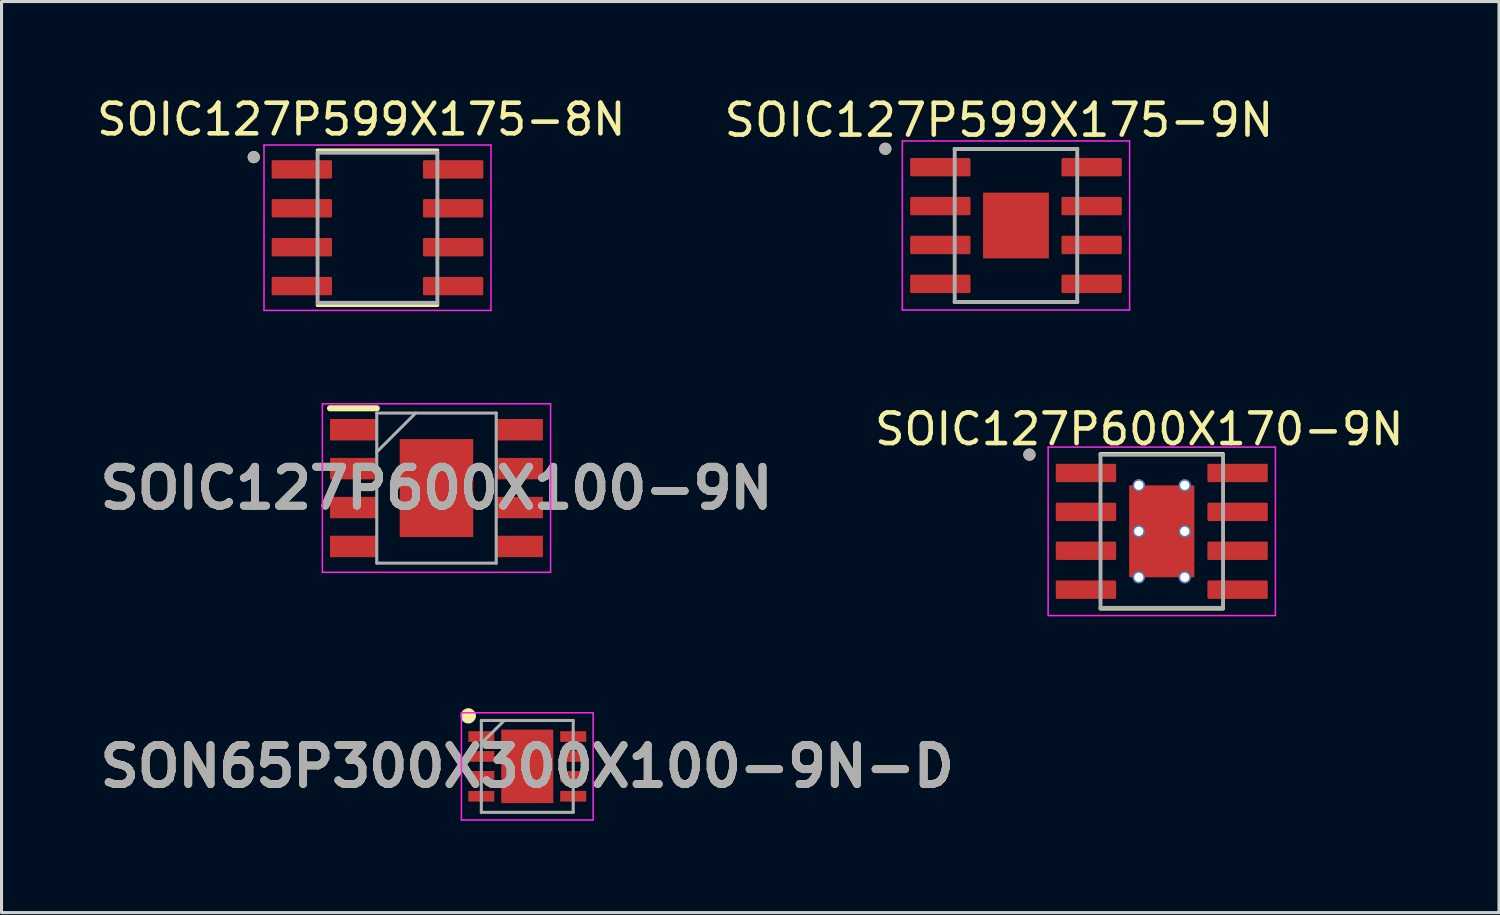
<source format=kicad_pcb>
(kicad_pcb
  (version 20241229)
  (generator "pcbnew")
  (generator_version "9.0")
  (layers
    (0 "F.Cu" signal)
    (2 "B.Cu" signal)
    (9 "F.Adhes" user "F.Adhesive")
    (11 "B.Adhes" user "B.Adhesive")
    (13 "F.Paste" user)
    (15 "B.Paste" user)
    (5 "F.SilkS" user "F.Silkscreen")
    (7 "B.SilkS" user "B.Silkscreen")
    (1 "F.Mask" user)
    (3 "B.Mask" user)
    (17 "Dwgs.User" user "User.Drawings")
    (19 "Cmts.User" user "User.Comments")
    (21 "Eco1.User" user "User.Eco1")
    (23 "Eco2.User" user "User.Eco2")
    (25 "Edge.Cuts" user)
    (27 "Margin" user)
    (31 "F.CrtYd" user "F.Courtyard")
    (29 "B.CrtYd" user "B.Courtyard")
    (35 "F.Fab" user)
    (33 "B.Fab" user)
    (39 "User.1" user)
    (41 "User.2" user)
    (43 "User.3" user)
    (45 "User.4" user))
  (footprint "SOIC127P599X175-8N"
    (layer "F.Cu")
    (at 9.274 4.385)
    (property "Reference" "SOIC127P599X175-8N" (at -0.53 -3.537 0) (layer "F.SilkS") (effects (font (size 1 1) (thickness 0.15))))
    (attr through_hole)
    (fp_line (start -1.955 -2.525) (end 1.955 -2.525) (stroke (width 0.127) (type solid)) (layer "F.SilkS"))
    (fp_line (start -1.955 2.525) (end 1.955 2.525) (stroke (width 0.127) (type solid)) (layer "F.SilkS"))
    (fp_circle (center -4.04 -2.305) (end -3.94 -2.305) (stroke (width 0.2) (type solid)) (fill no) (layer "F.SilkS"))
    (fp_line (start -3.705 -2.7) (end -3.705 2.7) (stroke (width 0.05) (type solid)) (layer "F.CrtYd"))
    (fp_line (start -3.705 -2.7) (end 3.705 -2.7) (stroke (width 0.05) (type solid)) (layer "F.CrtYd"))
    (fp_line (start -3.705 2.7) (end 3.705 2.7) (stroke (width 0.05) (type solid)) (layer "F.CrtYd"))
    (fp_line (start 3.705 -2.7) (end 3.705 2.7) (stroke (width 0.05) (type solid)) (layer "F.CrtYd"))
    (fp_line (start -1.955 -2.45) (end -1.955 2.45) (stroke (width 0.127) (type solid)) (layer "F.Fab"))
    (fp_line (start -1.955 -2.45) (end 1.955 -2.45) (stroke (width 0.127) (type solid)) (layer "F.Fab"))
    (fp_line (start -1.955 2.45) (end 1.955 2.45) (stroke (width 0.127) (type solid)) (layer "F.Fab"))
    (fp_line (start 1.955 -2.45) (end 1.955 2.45) (stroke (width 0.127) (type solid)) (layer "F.Fab"))
    (fp_circle (center -4.04 -2.305) (end -3.94 -2.305) (stroke (width 0.2) (type solid)) (fill no) (layer "F.Fab"))
    (pad "1" smd roundrect (at -2.47 -1.905) (size 1.97 0.6) (layers "F.Cu" "F.Mask" "F.Paste") (roundrect_rratio 0.07))
    (pad "2" smd roundrect (at -2.47 -0.635) (size 1.97 0.6) (layers "F.Cu" "F.Mask" "F.Paste") (roundrect_rratio 0.07))
    (pad "3" smd roundrect (at -2.47 0.635) (size 1.97 0.6) (layers "F.Cu" "F.Mask" "F.Paste") (roundrect_rratio 0.07))
    (pad "4" smd roundrect (at -2.47 1.905) (size 1.97 0.6) (layers "F.Cu" "F.Mask" "F.Paste") (roundrect_rratio 0.07))
    (pad "5" smd roundrect (at 2.47 1.905) (size 1.97 0.6) (layers "F.Cu" "F.Mask" "F.Paste") (roundrect_rratio 0.07))
    (pad "6" smd roundrect (at 2.47 0.635) (size 1.97 0.6) (layers "F.Cu" "F.Mask" "F.Paste") (roundrect_rratio 0.07))
    (pad "7" smd roundrect (at 2.47 -0.635) (size 1.97 0.6) (layers "F.Cu" "F.Mask" "F.Paste") (roundrect_rratio 0.07))
    (pad "8" smd roundrect (at 2.47 -1.905) (size 1.97 0.6) (layers "F.Cu" "F.Mask" "F.Paste") (roundrect_rratio 0.07)))
  (footprint "SON65P300X300X100-9N-D"
    (layer "F.Cu")
    (at 14.164 21.971)
    (property "Reference" "SON65P300X300X100-9N-D" (at 0 0 0) (layer "F.SilkS") (effects (font (size 1.27 1.27) (thickness 0.254))))
    (attr smd)
    (fp_circle (center -1.925 -1.65) (end -1.925 -1.525) (stroke (width 0.25) (type solid)) (fill no) (layer "F.SilkS"))
    (fp_line (start -2.15 -1.75) (end 2.15 -1.75) (stroke (width 0.05) (type solid)) (layer "F.CrtYd"))
    (fp_line (start -2.15 1.75) (end -2.15 -1.75) (stroke (width 0.05) (type solid)) (layer "F.CrtYd"))
    (fp_line (start 2.15 -1.75) (end 2.15 1.75) (stroke (width 0.05) (type solid)) (layer "F.CrtYd"))
    (fp_line (start 2.15 1.75) (end -2.15 1.75) (stroke (width 0.05) (type solid)) (layer "F.CrtYd"))
    (fp_line (start -1.5 -1.5) (end 1.5 -1.5) (stroke (width 0.1) (type solid)) (layer "F.Fab"))
    (fp_line (start -1.5 -0.75) (end -0.75 -1.5) (stroke (width 0.1) (type solid)) (layer "F.Fab"))
    (fp_line (start -1.5 1.5) (end -1.5 -1.5) (stroke (width 0.1) (type solid)) (layer "F.Fab"))
    (fp_line (start 1.5 -1.5) (end 1.5 1.5) (stroke (width 0.1) (type solid)) (layer "F.Fab"))
    (fp_line (start 1.5 1.5) (end -1.5 1.5) (stroke (width 0.1) (type solid)) (layer "F.Fab"))
    (fp_text user "${REFERENCE}" (at 0 0 0) (layer "F.Fab") (effects (font (size 1.27 1.27) (thickness 0.254))))
    (pad "1" smd rect (at -1.5 -0.975 90) (size 0.35 0.85) (layers "F.Cu" "F.Mask" "F.Paste"))
    (pad "2" smd rect (at -1.5 -0.325 90) (size 0.35 0.85) (layers "F.Cu" "F.Mask" "F.Paste"))
    (pad "3" smd rect (at -1.5 0.325 90) (size 0.35 0.85) (layers "F.Cu" "F.Mask" "F.Paste"))
    (pad "4" smd rect (at -1.5 0.975 90) (size 0.35 0.85) (layers "F.Cu" "F.Mask" "F.Paste"))
    (pad "5" smd rect (at 1.5 0.975 90) (size 0.35 0.85) (layers "F.Cu" "F.Mask" "F.Paste"))
    (pad "6" smd rect (at 1.5 0.325 90) (size 0.35 0.85) (layers "F.Cu" "F.Mask" "F.Paste"))
    (pad "7" smd rect (at 1.5 -0.325 90) (size 0.35 0.85) (layers "F.Cu" "F.Mask" "F.Paste"))
    (pad "8" smd rect (at 1.5 -0.975 90) (size 0.35 0.85) (layers "F.Cu" "F.Mask" "F.Paste"))
    (pad "9" smd rect (at 0 0) (size 1.7 2.4) (layers "F.Cu" "F.Mask" "F.Paste")))
  (footprint "SOIC127P599X175-9N"
    (layer "F.Cu")
    (at 30.119 4.312)
    (property "Reference" "SOIC127P599X175-9N" (at -0.556 -3.441 0) (layer "F.SilkS") (effects (font (size 1.039 1.039) (thickness 0.15))))
    (attr through_hole)
    (fp_line (start -2 -2.5) (end 2 -2.5) (stroke (width 0.127) (type solid)) (layer "F.SilkS"))
    (fp_line (start -2 2.5) (end 2 2.5) (stroke (width 0.127) (type solid)) (layer "F.SilkS"))
    (fp_circle (center -4.265 -2.505) (end -4.165 -2.505) (stroke (width 0.2) (type solid)) (fill no) (layer "F.SilkS"))
    (fp_poly (pts (xy -0.702 -0.7) (xy 0.7 -0.7) (xy 0.7 0.702) (xy -0.702 0.702)) (stroke (width 0.01) (type solid)) (fill yes) (layer "F.Paste"))
    (fp_line (start -3.71 -2.76) (end -3.71 2.76) (stroke (width 0.05) (type solid)) (layer "F.CrtYd"))
    (fp_line (start -3.71 -2.76) (end 3.71 -2.76) (stroke (width 0.05) (type solid)) (layer "F.CrtYd"))
    (fp_line (start -3.71 2.76) (end 3.71 2.76) (stroke (width 0.05) (type solid)) (layer "F.CrtYd"))
    (fp_line (start 3.71 -2.76) (end 3.71 2.76) (stroke (width 0.05) (type solid)) (layer "F.CrtYd"))
    (fp_line (start -2 -2.5) (end -2 2.5) (stroke (width 0.127) (type solid)) (layer "F.Fab"))
    (fp_line (start -2 -2.5) (end 2 -2.5) (stroke (width 0.127) (type solid)) (layer "F.Fab"))
    (fp_line (start -2 2.5) (end 2 2.5) (stroke (width 0.127) (type solid)) (layer "F.Fab"))
    (fp_line (start 2 -2.5) (end 2 2.5) (stroke (width 0.127) (type solid)) (layer "F.Fab"))
    (fp_circle (center -4.265 -2.505) (end -4.165 -2.505) (stroke (width 0.2) (type solid)) (fill no) (layer "F.Fab"))
    (pad "1" smd roundrect (at -2.47 -1.905) (size 1.97 0.6) (layers "F.Cu" "F.Mask" "F.Paste") (roundrect_rratio 0.07))
    (pad "2" smd roundrect (at -2.47 -0.635) (size 1.97 0.6) (layers "F.Cu" "F.Mask" "F.Paste") (roundrect_rratio 0.07))
    (pad "3" smd roundrect (at -2.47 0.635) (size 1.97 0.6) (layers "F.Cu" "F.Mask" "F.Paste") (roundrect_rratio 0.07))
    (pad "4" smd roundrect (at -2.47 1.905) (size 1.97 0.6) (layers "F.Cu" "F.Mask" "F.Paste") (roundrect_rratio 0.07))
    (pad "5" smd roundrect (at 2.47 1.905) (size 1.97 0.6) (layers "F.Cu" "F.Mask" "F.Paste") (roundrect_rratio 0.07))
    (pad "6" smd roundrect (at 2.47 0.635) (size 1.97 0.6) (layers "F.Cu" "F.Mask" "F.Paste") (roundrect_rratio 0.07))
    (pad "7" smd roundrect (at 2.47 -0.635) (size 1.97 0.6) (layers "F.Cu" "F.Mask" "F.Paste") (roundrect_rratio 0.07))
    (pad "8" smd roundrect (at 2.47 -1.905) (size 1.97 0.6) (layers "F.Cu" "F.Mask" "F.Paste") (roundrect_rratio 0.07))
    (pad "9" smd rect (at 0 0 90) (size 2.15 2.15) (layers "F.Cu" "F.Mask")))
  (footprint "SOIC127P600X170-9N"
    (layer "F.Cu")
    (at 34.879 14.296)
    (property "Reference" "SOIC127P600X170-9N" (at -0.735 -3.337 0) (layer "F.SilkS") (effects (font (size 1 1) (thickness 0.15))))
    (attr through_hole)
    (fp_poly (pts (xy -1.47 -2.445) (xy 1.47 -2.445) (xy 1.47 2.445) (xy -1.47 2.445)) (stroke (width 0.01) (type solid)) (fill yes) (layer "F.Mask"))
    (fp_line (start -2 -2.525) (end 2 -2.525) (stroke (width 0.127) (type solid)) (layer "F.SilkS"))
    (fp_line (start -2 2.525) (end 2 2.525) (stroke (width 0.127) (type solid)) (layer "F.SilkS"))
    (fp_circle (center -4.32 -2.505) (end -4.22 -2.505) (stroke (width 0.2) (type solid)) (fill no) (layer "F.SilkS"))
    (fp_poly (pts (xy -0.82 -1.26) (xy -0.12 -1.26) (xy -0.12 -0.12) (xy -0.82 -0.12)) (stroke (width 0.01) (type solid)) (fill yes) (layer "F.Paste"))
    (fp_poly (pts (xy -0.82 0.12) (xy -0.12 0.12) (xy -0.12 1.26) (xy -0.82 1.26)) (stroke (width 0.01) (type solid)) (fill yes) (layer "F.Paste"))
    (fp_poly (pts (xy 0.12 -1.26) (xy 0.82 -1.26) (xy 0.82 -0.12) (xy 0.12 -0.12)) (stroke (width 0.01) (type solid)) (fill yes) (layer "F.Paste"))
    (fp_poly (pts (xy 0.12 0.12) (xy 0.82 0.12) (xy 0.82 1.26) (xy 0.12 1.26)) (stroke (width 0.01) (type solid)) (fill yes) (layer "F.Paste"))
    (fp_line (start -3.71 -2.75) (end -3.71 2.75) (stroke (width 0.05) (type solid)) (layer "F.CrtYd"))
    (fp_line (start -3.71 -2.75) (end 3.71 -2.75) (stroke (width 0.05) (type solid)) (layer "F.CrtYd"))
    (fp_line (start -3.71 2.75) (end 3.71 2.75) (stroke (width 0.05) (type solid)) (layer "F.CrtYd"))
    (fp_line (start 3.71 -2.75) (end 3.71 2.75) (stroke (width 0.05) (type solid)) (layer "F.CrtYd"))
    (fp_line (start -2 -2.5) (end -2 2.5) (stroke (width 0.127) (type solid)) (layer "F.Fab"))
    (fp_line (start -2 -2.5) (end 2 -2.5) (stroke (width 0.127) (type solid)) (layer "F.Fab"))
    (fp_line (start -2 2.5) (end 2 2.5) (stroke (width 0.127) (type solid)) (layer "F.Fab"))
    (fp_line (start 2 -2.5) (end 2 2.5) (stroke (width 0.127) (type solid)) (layer "F.Fab"))
    (fp_circle (center -4.32 -2.505) (end -4.22 -2.505) (stroke (width 0.2) (type solid)) (fill no) (layer "F.Fab"))
    (pad "1" smd roundrect (at -2.475 -1.905) (size 1.97 0.6) (layers "F.Cu" "F.Mask" "F.Paste") (roundrect_rratio 0.07))
    (pad "2" smd roundrect (at -2.475 -0.635) (size 1.97 0.6) (layers "F.Cu" "F.Mask" "F.Paste") (roundrect_rratio 0.07))
    (pad "3" smd roundrect (at -2.475 0.635) (size 1.97 0.6) (layers "F.Cu" "F.Mask" "F.Paste") (roundrect_rratio 0.07))
    (pad "4" smd roundrect (at -2.475 1.905) (size 1.97 0.6) (layers "F.Cu" "F.Mask" "F.Paste") (roundrect_rratio 0.07))
    (pad "5" smd roundrect (at 2.475 1.905) (size 1.97 0.6) (layers "F.Cu" "F.Mask" "F.Paste") (roundrect_rratio 0.07))
    (pad "6" smd roundrect (at 2.475 0.635) (size 1.97 0.6) (layers "F.Cu" "F.Mask" "F.Paste") (roundrect_rratio 0.07))
    (pad "7" smd roundrect (at 2.475 -0.635) (size 1.97 0.6) (layers "F.Cu" "F.Mask" "F.Paste") (roundrect_rratio 0.07))
    (pad "8" smd roundrect (at 2.475 -1.905) (size 1.97 0.6) (layers "F.Cu" "F.Mask" "F.Paste") (roundrect_rratio 0.07))
    (pad "9" smd rect (at 0 0) (size 2.13 3) (layers "F.Cu"))
    (pad "V1" thru_hole circle (at -0.75 -1.5) (size 0.4 0.4) (drill 0.3) (layers "*.Cu" "*.Mask"))
    (pad "V2" thru_hole circle (at 0.75 -1.5) (size 0.4 0.4) (drill 0.3) (layers "*.Cu" "*.Mask"))
    (pad "V3" thru_hole circle (at -0.75 0) (size 0.4 0.4) (drill 0.3) (layers "*.Cu" "*.Mask"))
    (pad "V4" thru_hole circle (at 0.75 0) (size 0.4 0.4) (drill 0.3) (layers "*.Cu" "*.Mask"))
    (pad "V5" thru_hole circle (at -0.75 1.5) (size 0.4 0.4) (drill 0.3) (layers "*.Cu" "*.Mask"))
    (pad "V6" thru_hole circle (at 0.75 1.5) (size 0.4 0.4) (drill 0.3) (layers "*.Cu" "*.Mask")))
  (footprint "SOIC127P600X100-9N"
    (layer "F.Cu")
    (at 11.2 12.885)
    (property "Reference" "SOIC127P600X100-9N" (at 0 0 0) (layer "F.SilkS") (effects (font (size 1.27 1.27) (thickness 0.254))))
    (attr smd)
    (fp_line (start -3.475 -2.605) (end -1.95 -2.605) (stroke (width 0.2) (type solid)) (layer "F.SilkS"))
    (fp_line (start -3.725 -2.75) (end 3.725 -2.75) (stroke (width 0.05) (type solid)) (layer "F.CrtYd"))
    (fp_line (start -3.725 2.75) (end -3.725 -2.75) (stroke (width 0.05) (type solid)) (layer "F.CrtYd"))
    (fp_line (start 3.725 -2.75) (end 3.725 2.75) (stroke (width 0.05) (type solid)) (layer "F.CrtYd"))
    (fp_line (start 3.725 2.75) (end -3.725 2.75) (stroke (width 0.05) (type solid)) (layer "F.CrtYd"))
    (fp_line (start -1.95 -2.45) (end 1.95 -2.45) (stroke (width 0.1) (type solid)) (layer "F.Fab"))
    (fp_line (start -1.95 -1.18) (end -0.68 -2.45) (stroke (width 0.1) (type solid)) (layer "F.Fab"))
    (fp_line (start -1.95 2.45) (end -1.95 -2.45) (stroke (width 0.1) (type solid)) (layer "F.Fab"))
    (fp_line (start 1.95 -2.45) (end 1.95 2.45) (stroke (width 0.1) (type solid)) (layer "F.Fab"))
    (fp_line (start 1.95 2.45) (end -1.95 2.45) (stroke (width 0.1) (type solid)) (layer "F.Fab"))
    (fp_text user "${REFERENCE}" (at 0 0 0) (layer "F.Fab") (effects (font (size 1.27 1.27) (thickness 0.254))))
    (pad "1" smd rect (at -2.712 -1.905 90) (size 0.7 1.525) (layers "F.Cu" "F.Mask" "F.Paste"))
    (pad "2" smd rect (at -2.712 -0.635 90) (size 0.7 1.525) (layers "F.Cu" "F.Mask" "F.Paste"))
    (pad "3" smd rect (at -2.712 0.635 90) (size 0.7 1.525) (layers "F.Cu" "F.Mask" "F.Paste"))
    (pad "4" smd rect (at -2.712 1.905 90) (size 0.7 1.525) (layers "F.Cu" "F.Mask" "F.Paste"))
    (pad "5" smd rect (at 2.712 1.905 90) (size 0.7 1.525) (layers "F.Cu" "F.Mask" "F.Paste"))
    (pad "6" smd rect (at 2.712 0.635 90) (size 0.7 1.525) (layers "F.Cu" "F.Mask" "F.Paste"))
    (pad "7" smd rect (at 2.712 -0.635 90) (size 0.7 1.525) (layers "F.Cu" "F.Mask" "F.Paste"))
    (pad "8" smd rect (at 2.712 -1.905 90) (size 0.7 1.525) (layers "F.Cu" "F.Mask" "F.Paste"))
    (pad "9" smd rect (at 0 0) (size 2.4 3.2) (layers "F.Cu" "F.Mask" "F.Paste")))
  (gr_rect
    (start -3 -3)
    (end 45.888 26.745)
    (stroke (width 0.1) (type default))
    (fill no)
    (layer "Edge.Cuts")))
</source>
